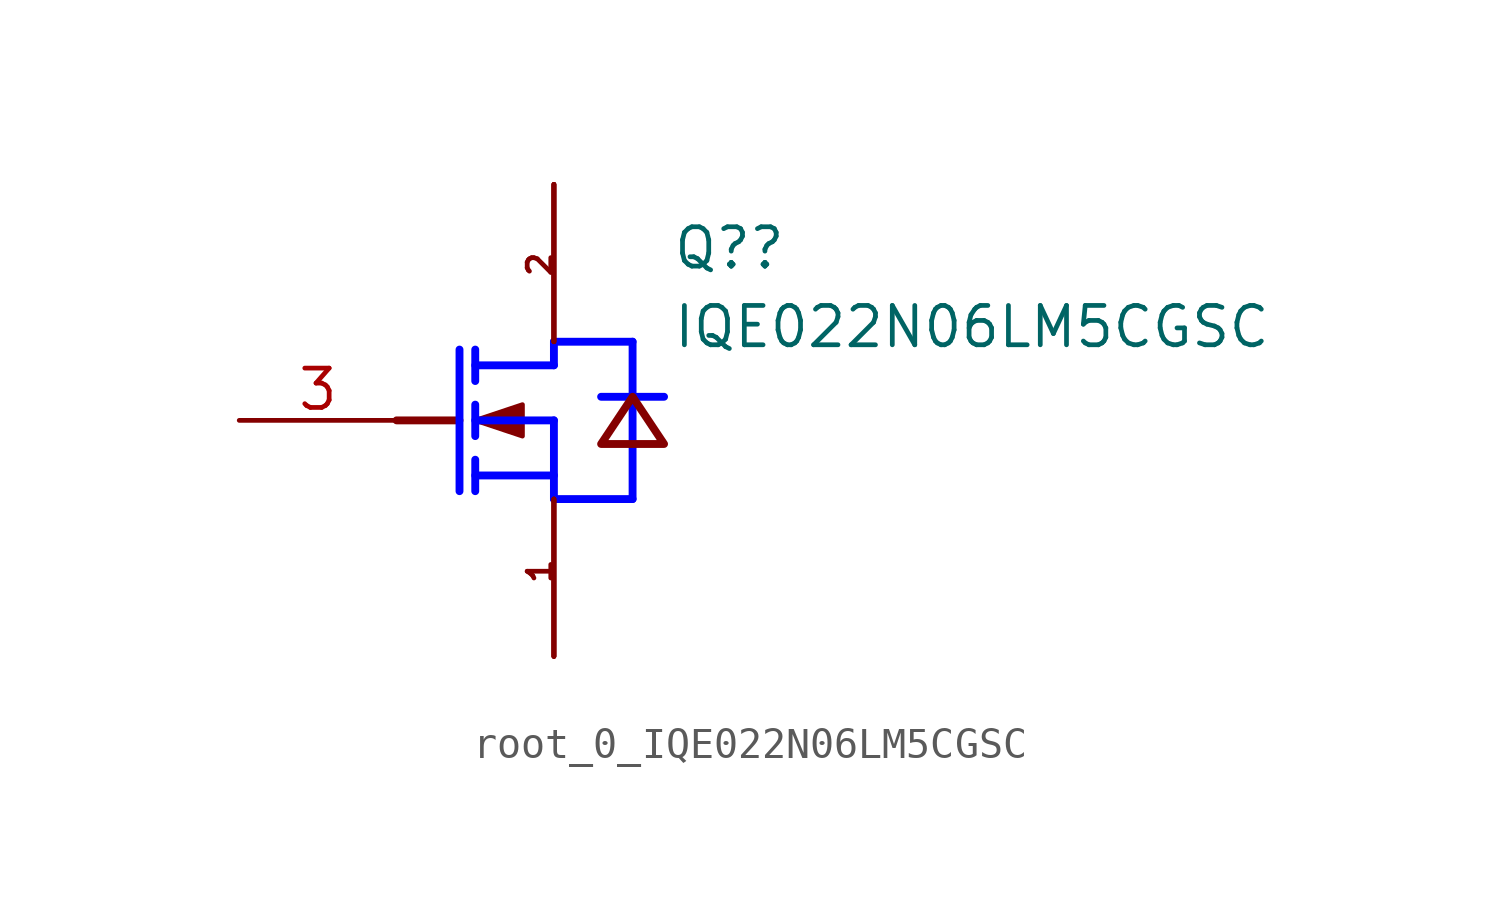
<source format=kicad_sym>
(kicad_symbol_lib
  (version 20231120)
  (generator "kicad_symbol_editor")
  (generator_version "8.0")
  (symbol "root_0_IQE022N06LM5CGSC"
    (property "Reference" "Q?"
      (at 8.89 2.277 0)
      (effects (font (size 1.27 1.27)) (justify left bottom)))
    (property "Value" "IQE022N06LM5CGSC"
      (at 8.89 -0.263 0)
      (effects (font (size 1.27 1.27)) (justify left bottom)))
    (symbol "root_0_IQE022N06LM5CGSC_1_0"
      (polyline (pts (xy 0 -2.54) (xy 2.032 -2.54)) (stroke (width 0.254) (type solid)) (fill (type none)))
      (polyline (pts (xy 2.032 -0.254) (xy 2.032 -4.826)) (stroke (width 0.254) (type solid) (color 0 0 255 1)) (fill (type none)))
      (polyline (pts (xy 2.54 -4.826) (xy 2.54 -3.81)) (stroke (width 0.254) (type solid) (color 0 0 255 1)) (fill (type none)))
      (polyline (pts (xy 2.54 -3.048) (xy 2.54 -2.032)) (stroke (width 0.254) (type solid) (color 0 0 255 1)) (fill (type none)))
      (polyline (pts (xy 2.54 -0.254) (xy 2.54 -1.27)) (stroke (width 0.254) (type solid) (color 0 0 255 1)) (fill (type none)))
      (polyline (pts (xy 5.08 -5.08) (xy 7.62 -5.08)) (stroke (width 0.254) (type solid) (color 0 0 255 1)) (fill (type none)))
      (polyline (pts (xy 5.08 -4.318) (xy 2.54 -4.318)) (stroke (width 0.254) (type solid) (color 0 0 255 1)) (fill (type none)))
      (polyline (pts (xy 5.08 -2.54) (xy 2.54 -2.54)) (stroke (width 0.254) (type solid) (color 0 0 255 1)) (fill (type none)))
      (polyline (pts (xy 5.08 -2.54) (xy 5.08 -5.08)) (stroke (width 0.254) (type solid) (color 0 0 255 1)) (fill (type none)))
      (polyline (pts (xy 5.08 -0.762) (xy 2.54 -0.762)) (stroke (width 0.254) (type solid) (color 0 0 255 1)) (fill (type none)))
      (polyline (pts (xy 5.08 -0.762) (xy 5.08 0)) (stroke (width 0.254) (type solid) (color 0 0 255 1)) (fill (type none)))
      (polyline (pts (xy 5.08 0) (xy 7.62 0)) (stroke (width 0.254) (type solid) (color 0 0 255 1)) (fill (type none)))
      (polyline (pts (xy 6.604 -1.778) (xy 8.636 -1.778)) (stroke (width 0.254) (type solid) (color 0 0 255 1)) (fill (type none)))
      (polyline (pts (xy 7.62 0) (xy 7.62 -5.08)) (stroke (width 0.254) (type solid) (color 0 0 255 1)) (fill (type none)))
      (polyline (pts (xy 2.54 -2.54) (xy 4.064 -3.048) (xy 4.064 -2.032) (xy 2.54 -2.54)) (stroke (width 0) (type solid)) (fill (type outline)))
      (polyline (pts (xy 7.62 -1.778) (xy 6.604 -3.302) (xy 8.636 -3.302) (xy 7.62 -1.778) (xy 7.62 -1.778)) (stroke (width 0.254) (type solid)) (fill (type none)))
      (text "1" (at 5.08 -7.874 900) (effects (font (size 0.762 0.762)) (justify left bottom)))
      (text "2\n" (at 5.08 2.032 900) (effects (font (size 0.762 0.762)) (justify left bottom)))
      (pin passive line (at 5.08 -10.16 90) (length 5.08) (name "SOURCE1" (effects (font (size 0 0)))) (number "1" (effects (font (size 0 0)))))
      (pin passive line (at 5.08 5.08 270) (length 5.08) (name "DRAIN1" (effects (font (size 0 0)))) (number "2" (effects (font (size 0 0)))))
      (pin passive line (at 5.08 -10.16 90) (length 5.08) (name "SOURCE2" (effects (font (size 0 0)))) (number "2" (effects (font (size 0 0)))))
      (pin passive line (at -5.08 -2.54 0) (length 5.08) (name "GATE" (effects (font (size 0 0)))) (number "3" (effects (font (size 1.27 1.27)))))
      (pin passive line (at 5.08 -10.16 90) (length 5.08) (name "SOURCE3" (effects (font (size 0 0)))) (number "3" (effects (font (size 0 0)))))
      (pin passive line (at 5.08 -10.16 90) (length 5.08) (name "SOURCE4" (effects (font (size 0 0)))) (number "4" (effects (font (size 0 0)))))
      (pin passive line (at 5.08 5.08 270) (length 5.08) (name "DRAIN2" (effects (font (size 0 0)))) (number "6" (effects (font (size 0 0)))))
      (pin passive line (at 5.08 5.08 270) (length 5.08) (name "DRAIN3" (effects (font (size 0 0)))) (number "7" (effects (font (size 0 0)))))
      (pin passive line (at 5.08 5.08 270) (length 5.08) (name "DRAIN4" (effects (font (size 0 0)))) (number "8" (effects (font (size 0 0))))))))
</source>
